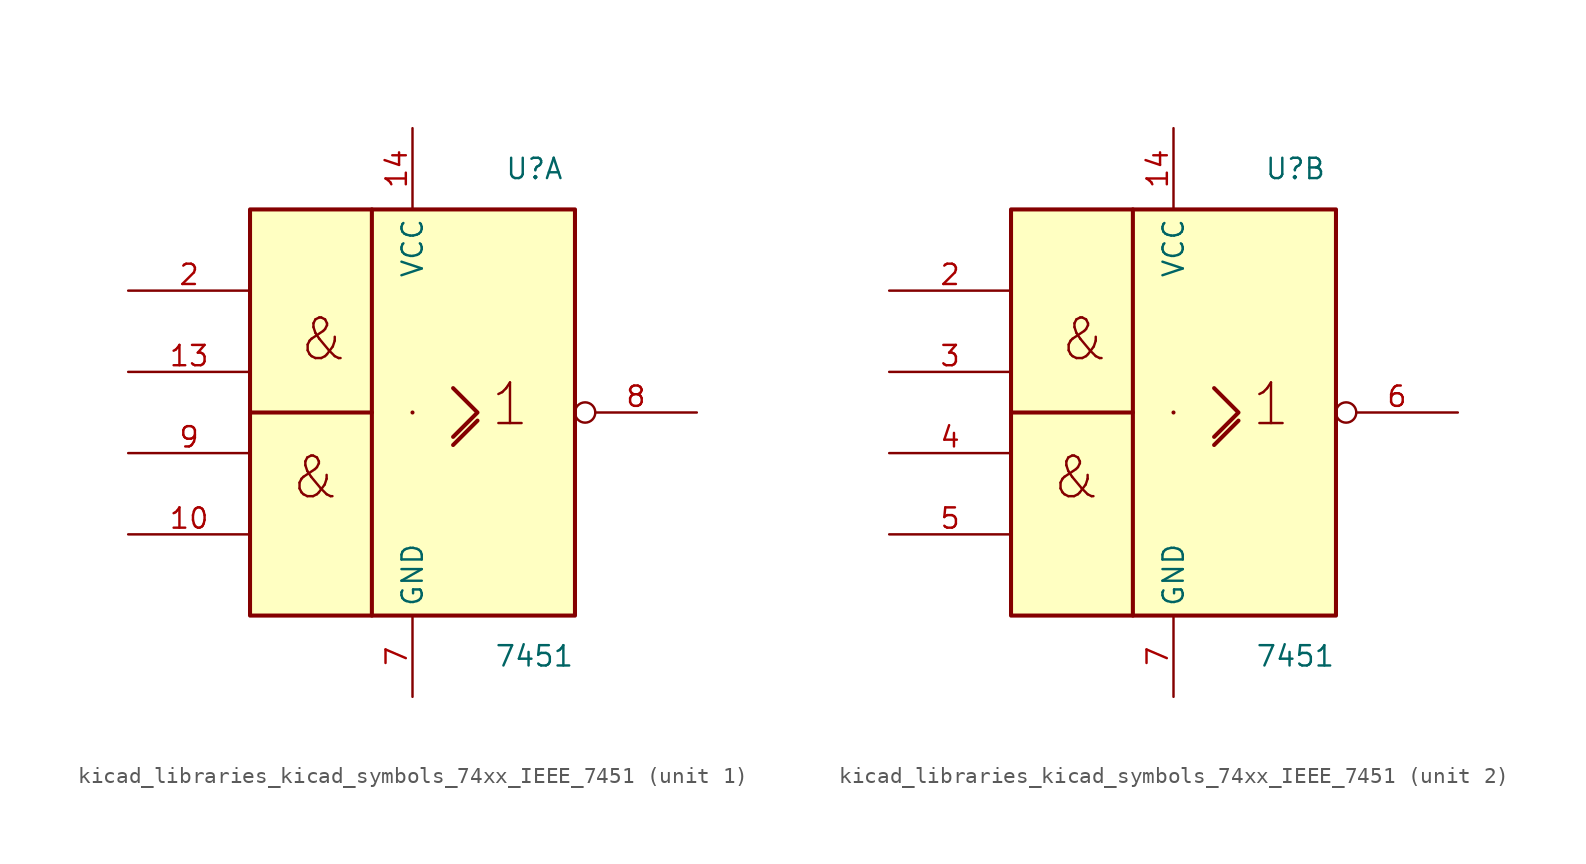
<source format=kicad_sym>
(kicad_symbol_lib
  (version 20220914)
  (generator kicad_symbol_editor)
  (symbol "kicad_libraries_kicad_symbols_74xx_IEEE_7451"
    (property "Reference" "U"
      (at 7.62 15.24 0)
      (effects (font (size 1.27 1.27))))
    (property "Value" "7451"
      (at 7.62 -15.24 0)
      (effects (font (size 1.27 1.27))))
    (symbol "kicad_libraries_kicad_symbols_74xx_IEEE_7451_0_0"
      (rectangle (start 0 0) (end 0 0) (stroke (width 0.254) (type default)) (fill (type background)))
      (polyline (pts (xy 2.54 -2.032) (xy 4.064 -0.508) (xy 4.064 -0.508)) (stroke (width 0.254) (type default)) (fill (type background)))
      (polyline (pts (xy 2.54 1.524) (xy 4.064 0) (xy 2.54 -1.524) (xy 2.54 -1.524)) (stroke (width 0.254) (type default)) (fill (type background)))
      (text "&" (at -6.096 -4.064 0) (effects (font (size 2.54 2.54))))
      (text "&" (at -5.588 4.572 0) (effects (font (size 2.54 2.54))))
      (text "1" (at 6.096 0.508 0) (effects (font (size 2.54 2.54)))))
    (symbol "kicad_libraries_kicad_symbols_74xx_IEEE_7451_0_1"
      (rectangle (start -10.16 12.7) (end 10.16 -12.7) (stroke (width 0.254) (type default)) (fill (type background)))
      (polyline (pts (xy -2.54 0) (xy -2.54 -12.7) (xy -2.54 -12.7)) (stroke (width 0.254) (type default)) (fill (type background)))
      (polyline (pts (xy -2.54 12.7) (xy -2.54 0) (xy -10.16 0) (xy -10.16 0)) (stroke (width 0.254) (type default)) (fill (type background)))
      (pin power_in line (at 0 17.78 270) (length 5.08) (name "VCC" (effects (font (size 1.27 1.27)))) (number "14" (effects (font (size 1.27 1.27)))))
      (pin power_in line (at 0 -17.78 90) (length 5.08) (name "GND" (effects (font (size 1.27 1.27)))) (number "7" (effects (font (size 1.27 1.27))))))
    (symbol "kicad_libraries_kicad_symbols_74xx_IEEE_7451_1_1"
      (pin input line (at -17.78 -7.62 0) (length 7.62) (name "~" (effects (font (size 1.27 1.27)))) (number "10" (effects (font (size 1.27 1.27)))))
      (pin input line (at -17.78 2.54 0) (length 7.62) (name "~" (effects (font (size 1.27 1.27)))) (number "13" (effects (font (size 1.27 1.27)))))
      (pin input line (at -17.78 7.62 0) (length 7.62) (name "~" (effects (font (size 1.27 1.27)))) (number "2" (effects (font (size 1.27 1.27)))))
      (pin output inverted (at 17.78 0 180) (length 7.62) (name "~" (effects (font (size 1.27 1.27)))) (number "8" (effects (font (size 1.27 1.27)))))
      (pin input line (at -17.78 -2.54 0) (length 7.62) (name "~" (effects (font (size 1.27 1.27)))) (number "9" (effects (font (size 1.27 1.27))))))
    (symbol "kicad_libraries_kicad_symbols_74xx_IEEE_7451_2_1"
      (pin input line (at -17.78 7.62 0) (length 7.62) (name "~" (effects (font (size 1.27 1.27)))) (number "2" (effects (font (size 1.27 1.27)))))
      (pin input line (at -17.78 2.54 0) (length 7.62) (name "~" (effects (font (size 1.27 1.27)))) (number "3" (effects (font (size 1.27 1.27)))))
      (pin input line (at -17.78 -2.54 0) (length 7.62) (name "~" (effects (font (size 1.27 1.27)))) (number "4" (effects (font (size 1.27 1.27)))))
      (pin input line (at -17.78 -7.62 0) (length 7.62) (name "~" (effects (font (size 1.27 1.27)))) (number "5" (effects (font (size 1.27 1.27)))))
      (pin output inverted (at 17.78 0 180) (length 7.62) (name "~" (effects (font (size 1.27 1.27)))) (number "6" (effects (font (size 1.27 1.27))))))))
</source>
